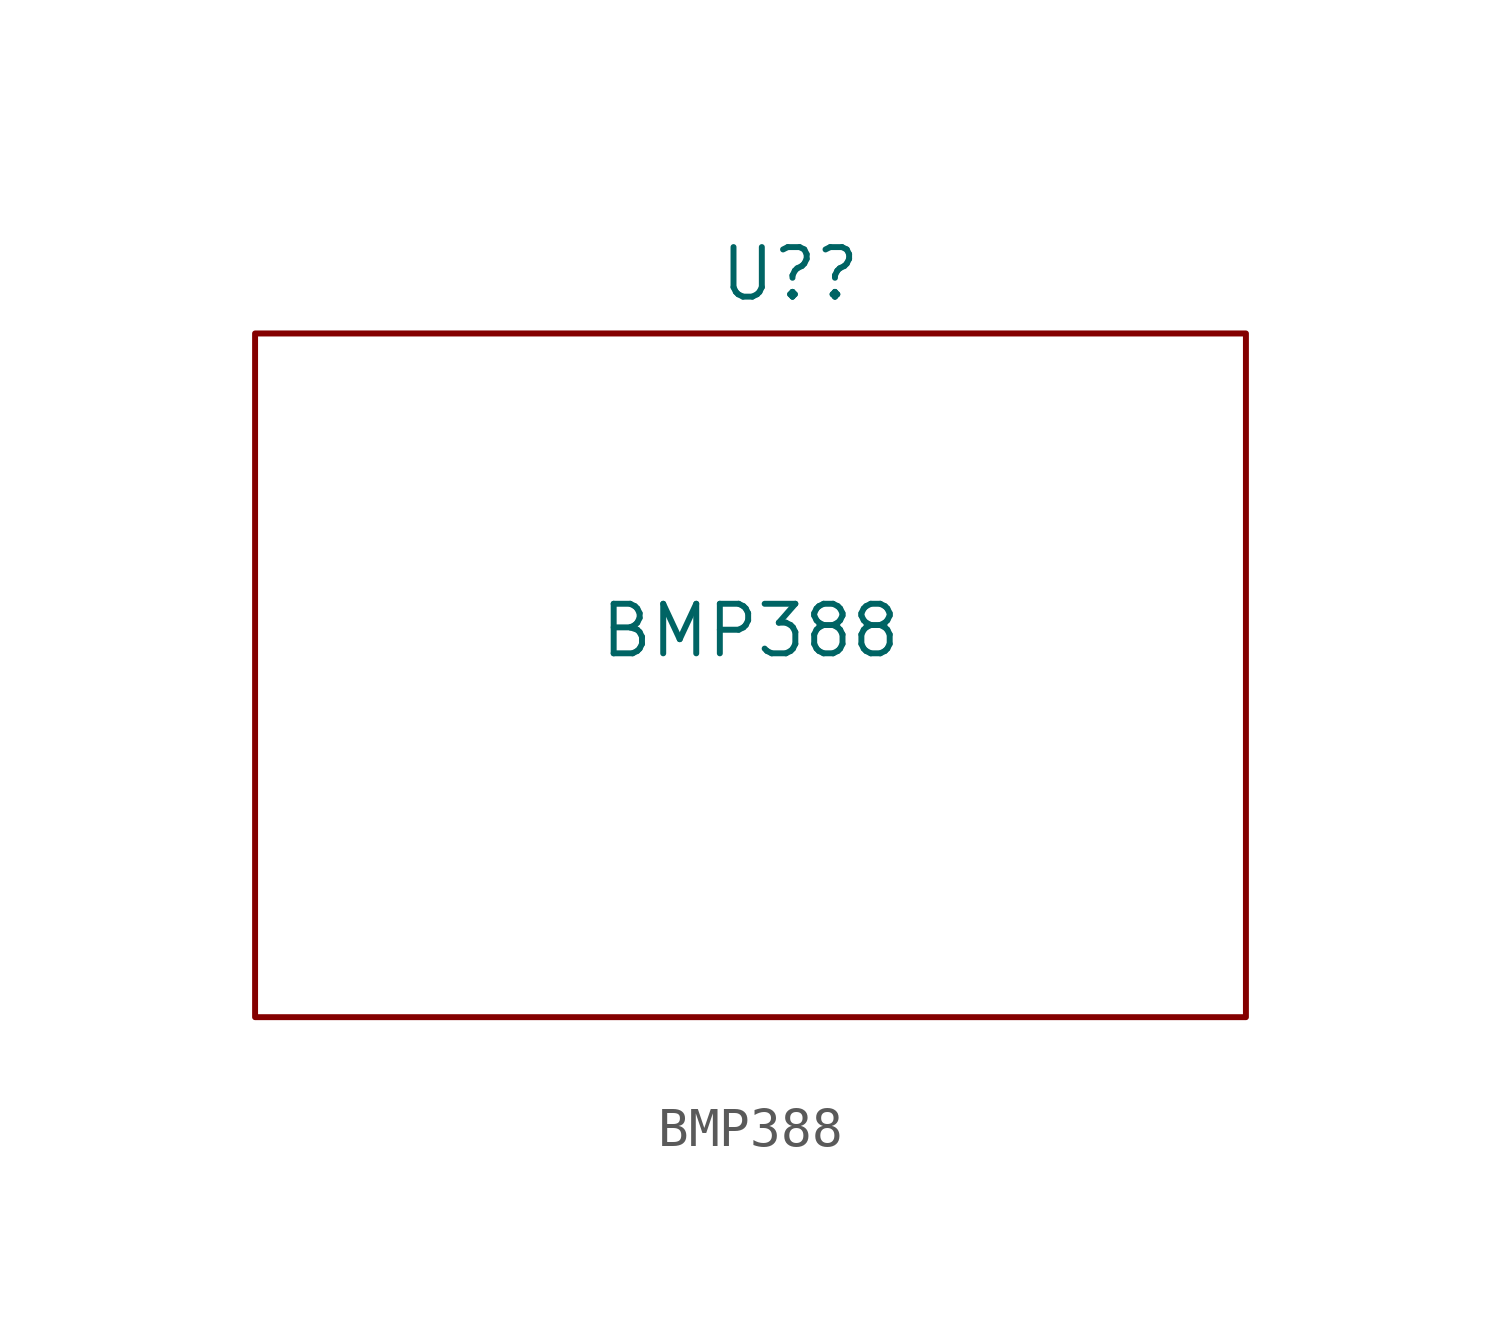
<source format=kicad_sym>
(kicad_symbol_lib
  (version 20211014)
  (generator kicad_symbol_editor)
  (symbol "BMP388"
    (property "Reference" "U?"
      (at 13.716 1.524 0)
      (effects (font (size 1.27 1.27))))
    (property "Value" "BMP388"
      (at 12.7 -7.62 0)
      (effects (font (size 1.27 1.27))))
    (symbol "BMP388_0_1"
      (rectangle (start 0 0) (end 25.4 -17.526) (stroke (width 0) (type default) (color 0 0 0 0)) (fill (type none))))))
</source>
